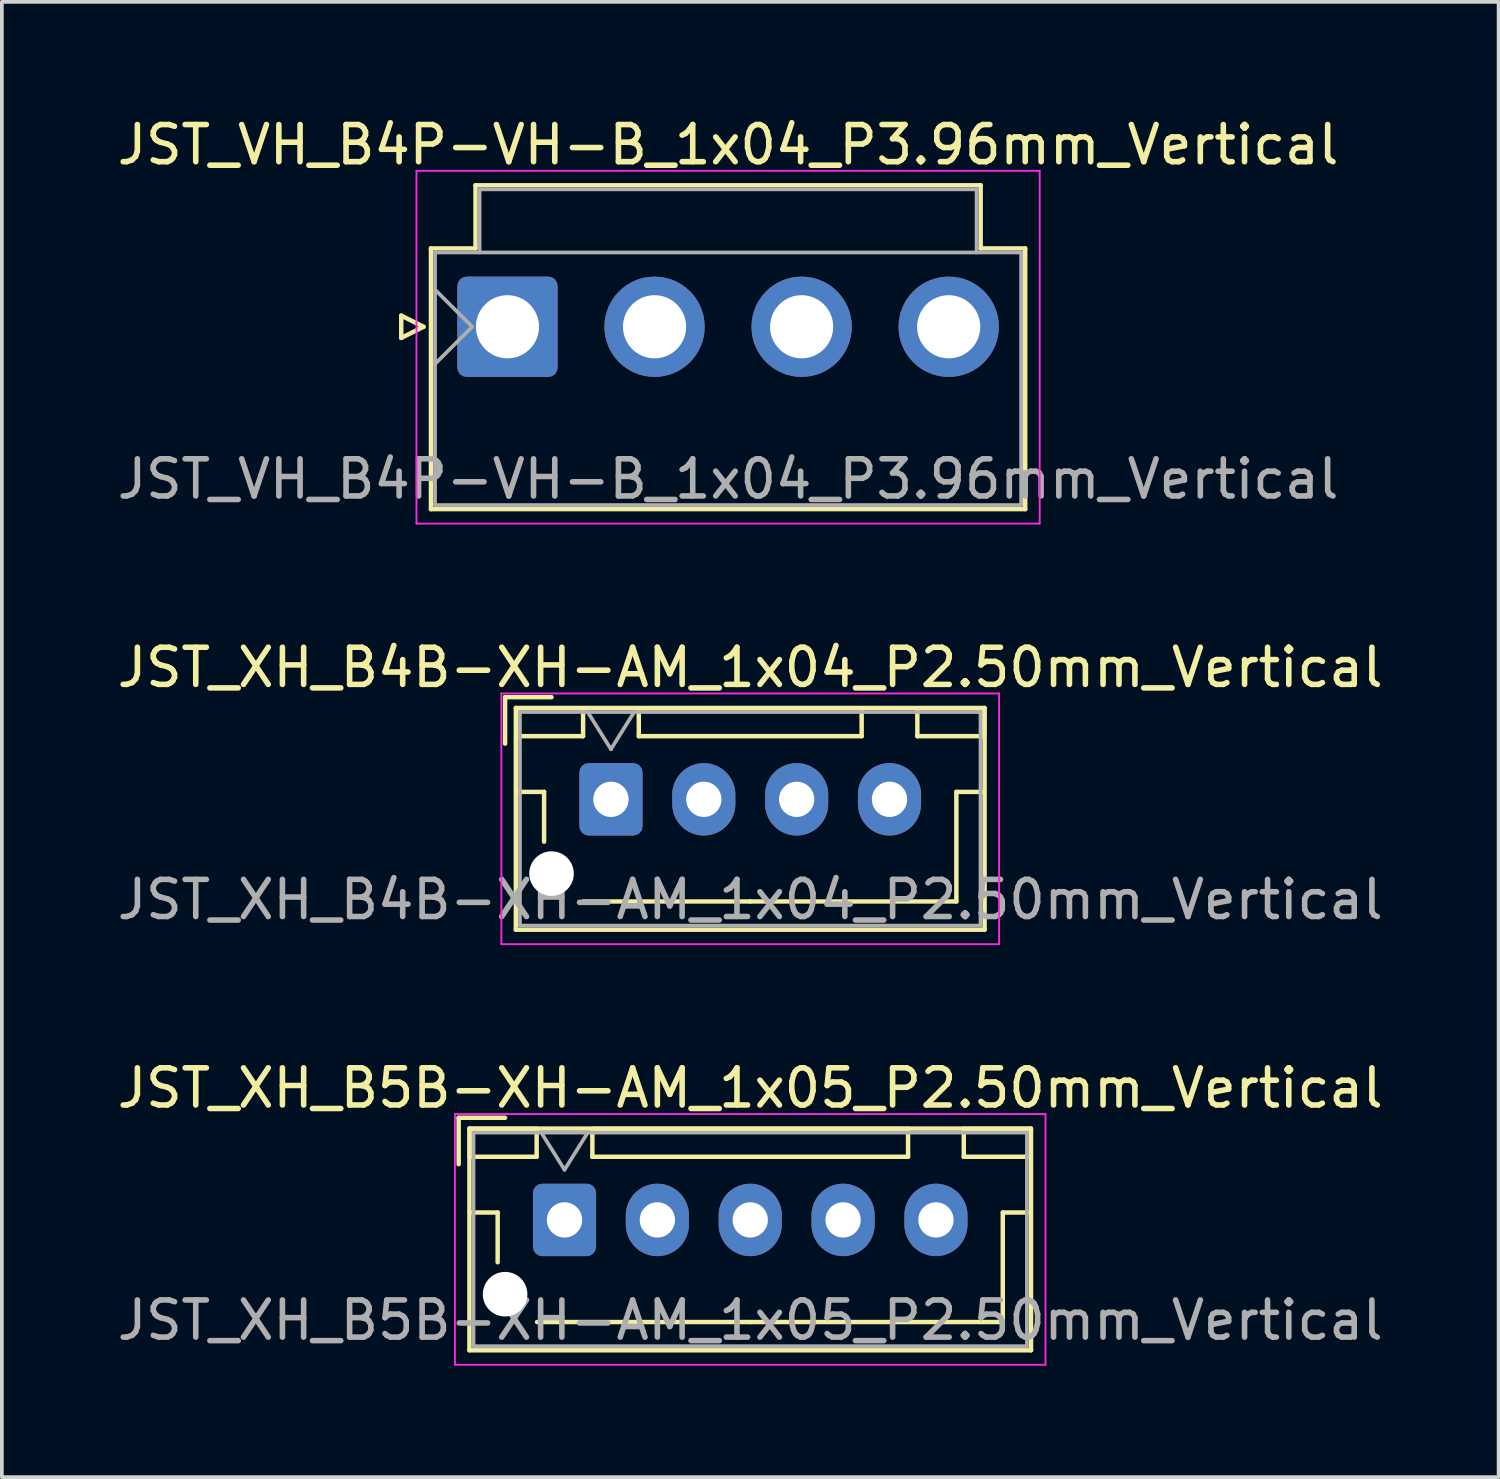
<source format=kicad_pcb>
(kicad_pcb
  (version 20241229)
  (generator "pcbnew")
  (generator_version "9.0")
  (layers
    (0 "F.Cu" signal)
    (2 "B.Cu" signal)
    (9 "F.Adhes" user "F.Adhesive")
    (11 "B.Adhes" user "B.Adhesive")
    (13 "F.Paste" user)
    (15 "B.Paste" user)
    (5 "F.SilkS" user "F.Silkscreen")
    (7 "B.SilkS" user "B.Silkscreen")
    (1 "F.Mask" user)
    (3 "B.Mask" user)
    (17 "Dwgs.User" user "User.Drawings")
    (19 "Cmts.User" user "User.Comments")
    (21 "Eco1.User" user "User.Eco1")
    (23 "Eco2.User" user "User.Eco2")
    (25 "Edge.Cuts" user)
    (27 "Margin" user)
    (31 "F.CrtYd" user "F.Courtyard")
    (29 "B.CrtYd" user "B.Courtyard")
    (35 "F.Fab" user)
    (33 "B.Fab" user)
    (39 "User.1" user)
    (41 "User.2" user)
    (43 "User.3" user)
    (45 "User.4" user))
  (footprint "JST_VH_B4P-VH-B_1x04_P3.96mm_Vertical"
    (layer "F.Cu")
    (at 16.635 5.592)
    (property "Reference" "JST_VH_B4P-VH-B_1x04_P3.96mm_Vertical" (at -0.082 -4.744 0) (layer "F.SilkS") (effects (font (size 1 1) (thickness 0.15))))
    (attr through_hole)
    (fp_line (start -8.882 -0.144) (end -8.282 0.156) (stroke (width 0.12) (type solid)) (layer "F.SilkS"))
    (fp_line (start -8.882 0.456) (end -8.882 -0.144) (stroke (width 0.12) (type solid)) (layer "F.SilkS"))
    (fp_line (start -8.282 0.156) (end -8.882 0.456) (stroke (width 0.12) (type solid)) (layer "F.SilkS"))
    (fp_line (start -8.082 -1.954) (end -6.882 -1.954) (stroke (width 0.12) (type solid)) (layer "F.SilkS"))
    (fp_line (start -8.082 5.066) (end -8.082 -1.954) (stroke (width 0.12) (type solid)) (layer "F.SilkS"))
    (fp_line (start -6.882 -3.654) (end 6.718 -3.654) (stroke (width 0.12) (type solid)) (layer "F.SilkS"))
    (fp_line (start -6.882 -1.954) (end -6.882 -3.654) (stroke (width 0.12) (type solid)) (layer "F.SilkS"))
    (fp_line (start 6.718 -3.654) (end 6.718 -1.954) (stroke (width 0.12) (type solid)) (layer "F.SilkS"))
    (fp_line (start 6.718 -1.954) (end 7.918 -1.954) (stroke (width 0.12) (type solid)) (layer "F.SilkS"))
    (fp_line (start 7.918 -1.954) (end 7.918 5.066) (stroke (width 0.12) (type solid)) (layer "F.SilkS"))
    (fp_line (start 7.918 5.066) (end -8.082 5.066) (stroke (width 0.12) (type solid)) (layer "F.SilkS"))
    (fp_line (start -8.472 -4.044) (end -8.472 5.456) (stroke (width 0.05) (type solid)) (layer "F.CrtYd"))
    (fp_line (start -8.472 5.456) (end 8.308 5.456) (stroke (width 0.05) (type solid)) (layer "F.CrtYd"))
    (fp_line (start 8.308 -4.044) (end -8.472 -4.044) (stroke (width 0.05) (type solid)) (layer "F.CrtYd"))
    (fp_line (start 8.308 5.456) (end 8.308 -4.044) (stroke (width 0.05) (type solid)) (layer "F.CrtYd"))
    (fp_line (start -7.972 -1.844) (end -7.972 4.956) (stroke (width 0.1) (type solid)) (layer "F.Fab"))
    (fp_line (start -7.972 -0.844) (end -6.972 0.156) (stroke (width 0.1) (type solid)) (layer "F.Fab"))
    (fp_line (start -7.972 1.156) (end -6.972 0.156) (stroke (width 0.1) (type solid)) (layer "F.Fab"))
    (fp_line (start -7.972 4.956) (end 7.808 4.956) (stroke (width 0.1) (type solid)) (layer "F.Fab"))
    (fp_line (start -6.772 -3.544) (end 6.608 -3.544) (stroke (width 0.1) (type solid)) (layer "F.Fab"))
    (fp_line (start -6.772 -1.844) (end -6.772 -3.544) (stroke (width 0.1) (type solid)) (layer "F.Fab"))
    (fp_line (start 6.608 -3.544) (end 6.608 -1.844) (stroke (width 0.1) (type solid)) (layer "F.Fab"))
    (fp_line (start 7.808 -1.844) (end -7.972 -1.844) (stroke (width 0.1) (type solid)) (layer "F.Fab"))
    (fp_line (start 7.808 4.956) (end 7.808 -1.844) (stroke (width 0.1) (type solid)) (layer "F.Fab"))
    (fp_text user "${REFERENCE}" (at -0.082 4.256 0) (layer "F.Fab") (effects (font (size 1 1) (thickness 0.15))))
    (pad "1" thru_hole roundrect (at -6.022 0.156) (size 2.7 2.7) (drill 1.7) (layers "*.Cu" "*.Mask") (roundrect_rratio 0.093))
    (pad "2" thru_hole circle (at -2.062 0.156) (size 2.7 2.7) (drill 1.7) (layers "*.Cu" "*.Mask"))
    (pad "3" thru_hole circle (at 1.898 0.156) (size 2.7 2.7) (drill 1.7) (layers "*.Cu" "*.Mask"))
    (pad "4" thru_hole circle (at 5.858 0.156) (size 2.7 2.7) (drill 1.7) (layers "*.Cu" "*.Mask")))
  (footprint "JST_XH_B5B-XH-AM_1x05_P2.50mm_Vertical"
    (layer "F.Cu")
    (at 17.149 29.795)
    (property "Reference" "JST_XH_B5B-XH-AM_1x05_P2.50mm_Vertical" (at 0 -3.55 0) (layer "F.SilkS") (effects (font (size 1 1) (thickness 0.15))))
    (attr through_hole)
    (fp_line (start -7.85 -2.75) (end -7.85 -1.5) (stroke (width 0.12) (type solid)) (layer "F.SilkS"))
    (fp_line (start -7.56 -2.46) (end -7.56 3.51) (stroke (width 0.12) (type solid)) (layer "F.SilkS"))
    (fp_line (start -7.56 3.51) (end 7.56 3.51) (stroke (width 0.12) (type solid)) (layer "F.SilkS"))
    (fp_line (start -7.55 -2.45) (end -7.55 -1.7) (stroke (width 0.12) (type solid)) (layer "F.SilkS"))
    (fp_line (start -7.55 -1.7) (end -5.75 -1.7) (stroke (width 0.12) (type solid)) (layer "F.SilkS"))
    (fp_line (start -7.55 -0.2) (end -6.8 -0.2) (stroke (width 0.12) (type solid)) (layer "F.SilkS"))
    (fp_line (start -6.8 -0.2) (end -6.8 1.14) (stroke (width 0.12) (type solid)) (layer "F.SilkS"))
    (fp_line (start -6.6 -2.75) (end -7.85 -2.75) (stroke (width 0.12) (type solid)) (layer "F.SilkS"))
    (fp_line (start -5.75 -2.45) (end -7.55 -2.45) (stroke (width 0.12) (type solid)) (layer "F.SilkS"))
    (fp_line (start -5.75 -1.7) (end -5.75 -2.45) (stroke (width 0.12) (type solid)) (layer "F.SilkS"))
    (fp_line (start -4.25 -2.45) (end -4.25 -1.7) (stroke (width 0.12) (type solid)) (layer "F.SilkS"))
    (fp_line (start -4.25 -1.7) (end 4.25 -1.7) (stroke (width 0.12) (type solid)) (layer "F.SilkS"))
    (fp_line (start 0 2.75) (end -5.74 2.75) (stroke (width 0.12) (type solid)) (layer "F.SilkS"))
    (fp_line (start 4.25 -2.45) (end -4.25 -2.45) (stroke (width 0.12) (type solid)) (layer "F.SilkS"))
    (fp_line (start 4.25 -1.7) (end 4.25 -2.45) (stroke (width 0.12) (type solid)) (layer "F.SilkS"))
    (fp_line (start 5.75 -2.45) (end 5.75 -1.7) (stroke (width 0.12) (type solid)) (layer "F.SilkS"))
    (fp_line (start 5.75 -1.7) (end 7.55 -1.7) (stroke (width 0.12) (type solid)) (layer "F.SilkS"))
    (fp_line (start 6.8 -0.2) (end 6.8 2.75) (stroke (width 0.12) (type solid)) (layer "F.SilkS"))
    (fp_line (start 6.8 2.75) (end 0 2.75) (stroke (width 0.12) (type solid)) (layer "F.SilkS"))
    (fp_line (start 7.55 -2.45) (end 5.75 -2.45) (stroke (width 0.12) (type solid)) (layer "F.SilkS"))
    (fp_line (start 7.55 -1.7) (end 7.55 -2.45) (stroke (width 0.12) (type solid)) (layer "F.SilkS"))
    (fp_line (start 7.55 -0.2) (end 6.8 -0.2) (stroke (width 0.12) (type solid)) (layer "F.SilkS"))
    (fp_line (start 7.56 -2.46) (end -7.56 -2.46) (stroke (width 0.12) (type solid)) (layer "F.SilkS"))
    (fp_line (start 7.56 3.51) (end 7.56 -2.46) (stroke (width 0.12) (type solid)) (layer "F.SilkS"))
    (fp_line (start -7.95 -2.85) (end -7.95 3.9) (stroke (width 0.05) (type solid)) (layer "F.CrtYd"))
    (fp_line (start -7.95 3.9) (end 7.95 3.9) (stroke (width 0.05) (type solid)) (layer "F.CrtYd"))
    (fp_line (start 7.95 -2.85) (end -7.95 -2.85) (stroke (width 0.05) (type solid)) (layer "F.CrtYd"))
    (fp_line (start 7.95 3.9) (end 7.95 -2.85) (stroke (width 0.05) (type solid)) (layer "F.CrtYd"))
    (fp_line (start -7.45 -2.35) (end -7.45 3.4) (stroke (width 0.1) (type solid)) (layer "F.Fab"))
    (fp_line (start -7.45 3.4) (end 7.45 3.4) (stroke (width 0.1) (type solid)) (layer "F.Fab"))
    (fp_line (start -5.625 -2.35) (end -5 -1.35) (stroke (width 0.1) (type solid)) (layer "F.Fab"))
    (fp_line (start -5 -1.35) (end -4.375 -2.35) (stroke (width 0.1) (type solid)) (layer "F.Fab"))
    (fp_line (start 7.45 -2.35) (end -7.45 -2.35) (stroke (width 0.1) (type solid)) (layer "F.Fab"))
    (fp_line (start 7.45 3.4) (end 7.45 -2.35) (stroke (width 0.1) (type solid)) (layer "F.Fab"))
    (fp_text user "${REFERENCE}" (at 0 2.7 0) (layer "F.Fab") (effects (font (size 1 1) (thickness 0.15))))
    (pad "" np_thru_hole circle (at -6.6 2) (size 1.2 1.2) (drill 1.2) (layers "*.Cu" "*.Mask"))
    (pad "1" thru_hole roundrect (at -5 0) (size 1.7 1.95) (drill 0.95) (layers "*.Cu" "*.Mask") (roundrect_rratio 0.147))
    (pad "2" thru_hole oval (at -2.5 0) (size 1.7 1.95) (drill 0.95) (layers "*.Cu" "*.Mask"))
    (pad "3" thru_hole oval (at 0 0) (size 1.7 1.95) (drill 0.95) (layers "*.Cu" "*.Mask"))
    (pad "4" thru_hole oval (at 2.5 0) (size 1.7 1.95) (drill 0.95) (layers "*.Cu" "*.Mask"))
    (pad "5" thru_hole oval (at 5 0) (size 1.7 1.95) (drill 0.95) (layers "*.Cu" "*.Mask")))
  (footprint "JST_XH_B4B-XH-AM_1x04_P2.50mm_Vertical"
    (layer "F.Cu")
    (at 17.089 18.471)
    (property "Reference" "JST_XH_B4B-XH-AM_1x04_P2.50mm_Vertical" (at 0.06 -3.55 0) (layer "F.SilkS") (effects (font (size 1 1) (thickness 0.15))))
    (attr through_hole)
    (fp_line (start -6.54 -2.75) (end -6.54 -1.5) (stroke (width 0.12) (type solid)) (layer "F.SilkS"))
    (fp_line (start -6.25 -2.46) (end -6.25 3.51) (stroke (width 0.12) (type solid)) (layer "F.SilkS"))
    (fp_line (start -6.25 3.51) (end 6.37 3.51) (stroke (width 0.12) (type solid)) (layer "F.SilkS"))
    (fp_line (start -6.24 -2.45) (end -6.24 -1.7) (stroke (width 0.12) (type solid)) (layer "F.SilkS"))
    (fp_line (start -6.24 -1.7) (end -4.44 -1.7) (stroke (width 0.12) (type solid)) (layer "F.SilkS"))
    (fp_line (start -6.24 -0.2) (end -5.49 -0.2) (stroke (width 0.12) (type solid)) (layer "F.SilkS"))
    (fp_line (start -5.49 -0.2) (end -5.49 1.14) (stroke (width 0.12) (type solid)) (layer "F.SilkS"))
    (fp_line (start -5.29 -2.75) (end -6.54 -2.75) (stroke (width 0.12) (type solid)) (layer "F.SilkS"))
    (fp_line (start -4.44 -2.45) (end -6.24 -2.45) (stroke (width 0.12) (type solid)) (layer "F.SilkS"))
    (fp_line (start -4.44 -1.7) (end -4.44 -2.45) (stroke (width 0.12) (type solid)) (layer "F.SilkS"))
    (fp_line (start -2.94 -2.45) (end -2.94 -1.7) (stroke (width 0.12) (type solid)) (layer "F.SilkS"))
    (fp_line (start -2.94 -1.7) (end 3.06 -1.7) (stroke (width 0.12) (type solid)) (layer "F.SilkS"))
    (fp_line (start 0.06 2.75) (end -4.43 2.75) (stroke (width 0.12) (type solid)) (layer "F.SilkS"))
    (fp_line (start 3.06 -2.45) (end -2.94 -2.45) (stroke (width 0.12) (type solid)) (layer "F.SilkS"))
    (fp_line (start 3.06 -1.7) (end 3.06 -2.45) (stroke (width 0.12) (type solid)) (layer "F.SilkS"))
    (fp_line (start 4.56 -2.45) (end 4.56 -1.7) (stroke (width 0.12) (type solid)) (layer "F.SilkS"))
    (fp_line (start 4.56 -1.7) (end 6.36 -1.7) (stroke (width 0.12) (type solid)) (layer "F.SilkS"))
    (fp_line (start 5.61 -0.2) (end 5.61 2.75) (stroke (width 0.12) (type solid)) (layer "F.SilkS"))
    (fp_line (start 5.61 2.75) (end 0.06 2.75) (stroke (width 0.12) (type solid)) (layer "F.SilkS"))
    (fp_line (start 6.36 -2.45) (end 4.56 -2.45) (stroke (width 0.12) (type solid)) (layer "F.SilkS"))
    (fp_line (start 6.36 -1.7) (end 6.36 -2.45) (stroke (width 0.12) (type solid)) (layer "F.SilkS"))
    (fp_line (start 6.36 -0.2) (end 5.61 -0.2) (stroke (width 0.12) (type solid)) (layer "F.SilkS"))
    (fp_line (start 6.37 -2.46) (end -6.25 -2.46) (stroke (width 0.12) (type solid)) (layer "F.SilkS"))
    (fp_line (start 6.37 3.51) (end 6.37 -2.46) (stroke (width 0.12) (type solid)) (layer "F.SilkS"))
    (fp_line (start -6.64 -2.85) (end -6.64 3.9) (stroke (width 0.05) (type solid)) (layer "F.CrtYd"))
    (fp_line (start -6.64 3.9) (end 6.76 3.9) (stroke (width 0.05) (type solid)) (layer "F.CrtYd"))
    (fp_line (start 6.76 -2.85) (end -6.64 -2.85) (stroke (width 0.05) (type solid)) (layer "F.CrtYd"))
    (fp_line (start 6.76 3.9) (end 6.76 -2.85) (stroke (width 0.05) (type solid)) (layer "F.CrtYd"))
    (fp_line (start -6.14 -2.35) (end -6.14 3.4) (stroke (width 0.1) (type solid)) (layer "F.Fab"))
    (fp_line (start -6.14 3.4) (end 6.26 3.4) (stroke (width 0.1) (type solid)) (layer "F.Fab"))
    (fp_line (start -4.315 -2.35) (end -3.69 -1.35) (stroke (width 0.1) (type solid)) (layer "F.Fab"))
    (fp_line (start -3.69 -1.35) (end -3.065 -2.35) (stroke (width 0.1) (type solid)) (layer "F.Fab"))
    (fp_line (start 6.26 -2.35) (end -6.14 -2.35) (stroke (width 0.1) (type solid)) (layer "F.Fab"))
    (fp_line (start 6.26 3.4) (end 6.26 -2.35) (stroke (width 0.1) (type solid)) (layer "F.Fab"))
    (fp_text user "${REFERENCE}" (at 0.06 2.7 0) (layer "F.Fab") (effects (font (size 1 1) (thickness 0.15))))
    (pad "" np_thru_hole circle (at -5.29 2) (size 1.2 1.2) (drill 1.2) (layers "*.Cu" "*.Mask"))
    (pad "1" thru_hole roundrect (at -3.69 0) (size 1.7 1.95) (drill 0.95) (layers "*.Cu" "*.Mask") (roundrect_rratio 0.147))
    (pad "2" thru_hole oval (at -1.19 0) (size 1.7 1.95) (drill 0.95) (layers "*.Cu" "*.Mask"))
    (pad "3" thru_hole oval (at 1.31 0) (size 1.7 1.95) (drill 0.95) (layers "*.Cu" "*.Mask"))
    (pad "4" thru_hole oval (at 3.81 0) (size 1.7 1.95) (drill 0.95) (layers "*.Cu" "*.Mask")))
  (gr_rect
    (start -3 -3)
    (end 37.298 36.72)
    (stroke (width 0.1) (type default))
    (fill no)
    (layer "Edge.Cuts")))
</source>
